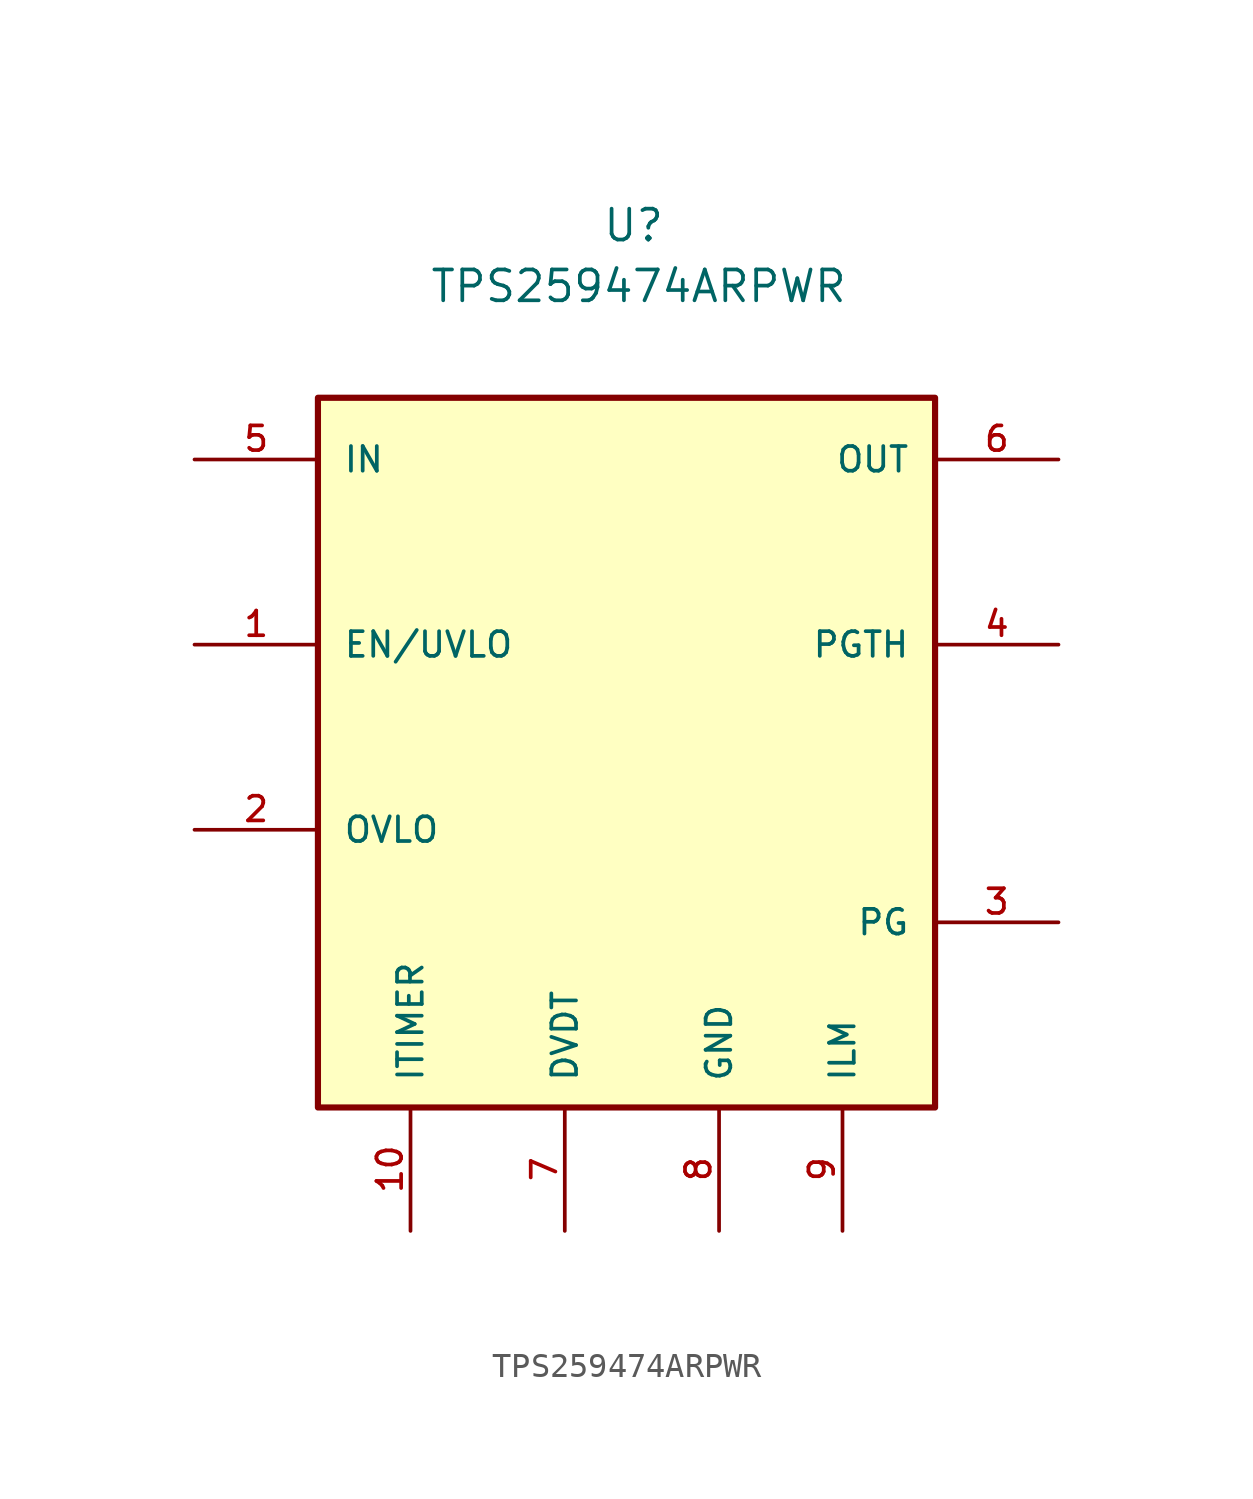
<source format=kicad_sym>
(kicad_symbol_lib
  (version 20231120)
  (generator "kicad_symbol_editor")
  (generator_version "8.0")
  (symbol "TPS259474ARPWR"
    (pin_names
      (offset 1.016))
    (property "Reference" "U"
      (at -1.016 17.78 0)
      (effects (font (size 1.27 1.27)) (justify left bottom)))
    (property "Value" "TPS259474ARPWR"
      (at -8.128 16.764 0)
      (effects (font (size 1.27 1.27)) (justify left top)))
    (symbol "TPS259474ARPWR_0_0"
      (rectangle (start -12.7 11.43) (end 12.7 -17.78) (stroke (width 0.254) (type default)) (fill (type background)))
      (pin input line (at -17.78 1.27 0) (length 5.08) (name "EN/UVLO" (effects (font (size 1.016 1.016)))) (number "1" (effects (font (size 1.016 1.016)))))
      (pin output line (at -8.89 -22.86 90) (length 5.08) (name "ITIMER" (effects (font (size 1.016 1.016)))) (number "10" (effects (font (size 1.016 1.016)))))
      (pin input line (at -17.78 -6.35 0) (length 5.08) (name "OVLO" (effects (font (size 1.016 1.016)))) (number "2" (effects (font (size 1.016 1.016)))))
      (pin output line (at 17.78 -10.16 180) (length 5.08) (name "PG" (effects (font (size 1.016 1.016)))) (number "3" (effects (font (size 1.016 1.016)))))
      (pin input line (at 17.78 1.27 180) (length 5.08) (name "PGTH" (effects (font (size 1.016 1.016)))) (number "4" (effects (font (size 1.016 1.016)))))
      (pin output line (at -2.54 -22.86 90) (length 5.08) (name "DVDT" (effects (font (size 1.016 1.016)))) (number "7" (effects (font (size 1.016 1.016)))))
      (pin power_in line (at 3.81 -22.86 90) (length 5.08) (name "GND" (effects (font (size 1.016 1.016)))) (number "8" (effects (font (size 1.016 1.016)))))
      (pin output line (at 8.89 -22.86 90) (length 5.08) (name "ILM" (effects (font (size 1.016 1.016)))) (number "9" (effects (font (size 1.016 1.016))))))
    (symbol "TPS259474ARPWR_1_0"
      (pin power_in line (at -17.78 8.89 0) (length 5.08) (name "IN" (effects (font (size 1.016 1.016)))) (number "5" (effects (font (size 1.016 1.016)))))
      (pin power_out line (at 17.78 8.89 180) (length 5.08) (name "OUT" (effects (font (size 1.016 1.016)))) (number "6" (effects (font (size 1.016 1.016))))))))
</source>
